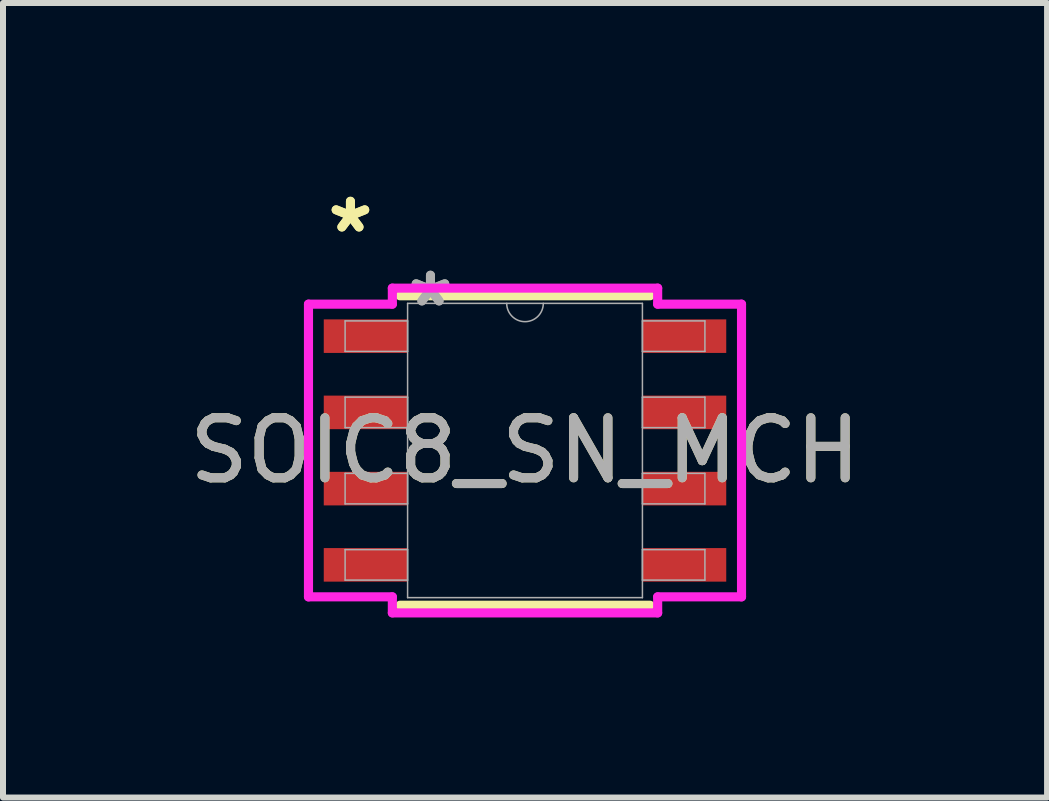
<source format=kicad_pcb>
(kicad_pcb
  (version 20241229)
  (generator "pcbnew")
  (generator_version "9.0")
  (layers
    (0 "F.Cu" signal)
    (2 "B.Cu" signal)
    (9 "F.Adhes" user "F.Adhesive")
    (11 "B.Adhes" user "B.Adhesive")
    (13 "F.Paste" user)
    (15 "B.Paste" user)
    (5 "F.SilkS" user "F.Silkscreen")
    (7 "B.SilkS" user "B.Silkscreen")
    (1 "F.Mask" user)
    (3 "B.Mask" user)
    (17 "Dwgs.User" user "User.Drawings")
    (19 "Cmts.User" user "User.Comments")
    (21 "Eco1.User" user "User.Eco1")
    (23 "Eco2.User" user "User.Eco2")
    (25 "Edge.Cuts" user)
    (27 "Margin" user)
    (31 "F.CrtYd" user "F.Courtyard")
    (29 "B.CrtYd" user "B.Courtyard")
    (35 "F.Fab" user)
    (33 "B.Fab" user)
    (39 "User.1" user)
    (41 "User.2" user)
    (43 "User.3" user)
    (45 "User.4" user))
  (footprint "SOIC8_SN_MCH"
    (layer "F.Cu")
    (at 5.696 4.455)
    (property "Reference" "SOIC8_SN_MCH" (at 0 0 0) (unlocked yes) (layer "F.SilkS") (effects (font (size 1 1) (thickness 0.15))))
    (attr smd)
    (fp_line (start -2.083 2.578) (end 2.083 2.578) (stroke (width 0.152) (type solid)) (layer "F.SilkS"))
    (fp_line (start 2.083 -2.578) (end -2.083 -2.578) (stroke (width 0.152) (type solid)) (layer "F.SilkS"))
    (fp_line (start -3.607 -2.438) (end -2.21 -2.438) (stroke (width 0.152) (type solid)) (layer "F.CrtYd"))
    (fp_line (start -3.607 2.438) (end -3.607 -2.438) (stroke (width 0.152) (type solid)) (layer "F.CrtYd"))
    (fp_line (start -3.607 2.438) (end -2.21 2.438) (stroke (width 0.152) (type solid)) (layer "F.CrtYd"))
    (fp_line (start -2.21 -2.705) (end 2.21 -2.705) (stroke (width 0.152) (type solid)) (layer "F.CrtYd"))
    (fp_line (start -2.21 -2.438) (end -2.21 -2.705) (stroke (width 0.152) (type solid)) (layer "F.CrtYd"))
    (fp_line (start -2.21 2.705) (end -2.21 2.438) (stroke (width 0.152) (type solid)) (layer "F.CrtYd"))
    (fp_line (start 2.21 -2.705) (end 2.21 -2.438) (stroke (width 0.152) (type solid)) (layer "F.CrtYd"))
    (fp_line (start 2.21 2.438) (end 2.21 2.705) (stroke (width 0.152) (type solid)) (layer "F.CrtYd"))
    (fp_line (start 2.21 2.705) (end -2.21 2.705) (stroke (width 0.152) (type solid)) (layer "F.CrtYd"))
    (fp_line (start 3.607 -2.438) (end 2.21 -2.438) (stroke (width 0.152) (type solid)) (layer "F.CrtYd"))
    (fp_line (start 3.607 -2.438) (end 3.607 2.438) (stroke (width 0.152) (type solid)) (layer "F.CrtYd"))
    (fp_line (start 3.607 2.438) (end 2.21 2.438) (stroke (width 0.152) (type solid)) (layer "F.CrtYd"))
    (fp_line (start -2.997 -2.159) (end -2.997 -1.651) (stroke (width 0.025) (type solid)) (layer "F.Fab"))
    (fp_line (start -2.997 -1.651) (end -1.956 -1.651) (stroke (width 0.025) (type solid)) (layer "F.Fab"))
    (fp_line (start -2.997 -0.889) (end -2.997 -0.381) (stroke (width 0.025) (type solid)) (layer "F.Fab"))
    (fp_line (start -2.997 -0.381) (end -1.956 -0.381) (stroke (width 0.025) (type solid)) (layer "F.Fab"))
    (fp_line (start -2.997 0.381) (end -2.997 0.889) (stroke (width 0.025) (type solid)) (layer "F.Fab"))
    (fp_line (start -2.997 0.889) (end -1.956 0.889) (stroke (width 0.025) (type solid)) (layer "F.Fab"))
    (fp_line (start -2.997 1.651) (end -2.997 2.159) (stroke (width 0.025) (type solid)) (layer "F.Fab"))
    (fp_line (start -2.997 2.159) (end -1.956 2.159) (stroke (width 0.025) (type solid)) (layer "F.Fab"))
    (fp_line (start -1.956 -2.451) (end -1.956 2.451) (stroke (width 0.025) (type solid)) (layer "F.Fab"))
    (fp_line (start -1.956 -2.159) (end -2.997 -2.159) (stroke (width 0.025) (type solid)) (layer "F.Fab"))
    (fp_line (start -1.956 -1.651) (end -1.956 -2.159) (stroke (width 0.025) (type solid)) (layer "F.Fab"))
    (fp_line (start -1.956 -0.889) (end -2.997 -0.889) (stroke (width 0.025) (type solid)) (layer "F.Fab"))
    (fp_line (start -1.956 -0.381) (end -1.956 -0.889) (stroke (width 0.025) (type solid)) (layer "F.Fab"))
    (fp_line (start -1.956 0.381) (end -2.997 0.381) (stroke (width 0.025) (type solid)) (layer "F.Fab"))
    (fp_line (start -1.956 0.889) (end -1.956 0.381) (stroke (width 0.025) (type solid)) (layer "F.Fab"))
    (fp_line (start -1.956 1.651) (end -2.997 1.651) (stroke (width 0.025) (type solid)) (layer "F.Fab"))
    (fp_line (start -1.956 2.159) (end -1.956 1.651) (stroke (width 0.025) (type solid)) (layer "F.Fab"))
    (fp_line (start -1.956 2.451) (end 1.956 2.451) (stroke (width 0.025) (type solid)) (layer "F.Fab"))
    (fp_line (start 1.956 -2.451) (end -1.956 -2.451) (stroke (width 0.025) (type solid)) (layer "F.Fab"))
    (fp_line (start 1.956 -2.159) (end 1.956 -1.651) (stroke (width 0.025) (type solid)) (layer "F.Fab"))
    (fp_line (start 1.956 -1.651) (end 2.997 -1.651) (stroke (width 0.025) (type solid)) (layer "F.Fab"))
    (fp_line (start 1.956 -0.889) (end 1.956 -0.381) (stroke (width 0.025) (type solid)) (layer "F.Fab"))
    (fp_line (start 1.956 -0.381) (end 2.997 -0.381) (stroke (width 0.025) (type solid)) (layer "F.Fab"))
    (fp_line (start 1.956 0.381) (end 1.956 0.889) (stroke (width 0.025) (type solid)) (layer "F.Fab"))
    (fp_line (start 1.956 0.889) (end 2.997 0.889) (stroke (width 0.025) (type solid)) (layer "F.Fab"))
    (fp_line (start 1.956 1.651) (end 1.956 2.159) (stroke (width 0.025) (type solid)) (layer "F.Fab"))
    (fp_line (start 1.956 2.159) (end 2.997 2.159) (stroke (width 0.025) (type solid)) (layer "F.Fab"))
    (fp_line (start 1.956 2.451) (end 1.956 -2.451) (stroke (width 0.025) (type solid)) (layer "F.Fab"))
    (fp_line (start 2.997 -2.159) (end 1.956 -2.159) (stroke (width 0.025) (type solid)) (layer "F.Fab"))
    (fp_line (start 2.997 -1.651) (end 2.997 -2.159) (stroke (width 0.025) (type solid)) (layer "F.Fab"))
    (fp_line (start 2.997 -0.889) (end 1.956 -0.889) (stroke (width 0.025) (type solid)) (layer "F.Fab"))
    (fp_line (start 2.997 -0.381) (end 2.997 -0.889) (stroke (width 0.025) (type solid)) (layer "F.Fab"))
    (fp_line (start 2.997 0.381) (end 1.956 0.381) (stroke (width 0.025) (type solid)) (layer "F.Fab"))
    (fp_line (start 2.997 0.889) (end 2.997 0.381) (stroke (width 0.025) (type solid)) (layer "F.Fab"))
    (fp_line (start 2.997 1.651) (end 1.956 1.651) (stroke (width 0.025) (type solid)) (layer "F.Fab"))
    (fp_line (start 2.997 2.159) (end 2.997 1.651) (stroke (width 0.025) (type solid)) (layer "F.Fab"))
    (fp_arc (start 0.3048 -2.4511) (mid 0 -2.1463) (end -0.3048 -2.4511) (stroke (width 0.0254) (type solid)) (layer "F.Fab"))
    (fp_text user "*" (at -2.908 -3.607 0) (unlocked yes) (layer "F.SilkS") (effects (font (size 1 1) (thickness 0.15))))
    (fp_text user "*" (at -2.908 -3.607 0) (layer "F.SilkS") (effects (font (size 1 1) (thickness 0.15))))
    (fp_text user "*" (at -1.575 -2.375 0) (unlocked yes) (layer "F.Fab") (effects (font (size 1 1) (thickness 0.15))))
    (fp_text user "*" (at -1.575 -2.375 0) (layer "F.Fab") (effects (font (size 1 1) (thickness 0.15))))
    (fp_text user "${REFERENCE}" (at 0 0 0) (unlocked yes) (layer "F.Fab") (effects (font (size 1 1) (thickness 0.15))))
    (pad "1" smd rect (at -2.654 -1.905) (size 1.397 0.559) (layers "F.Cu" "F.Mask" "F.Paste"))
    (pad "2" smd rect (at -2.654 -0.635) (size 1.397 0.559) (layers "F.Cu" "F.Mask" "F.Paste"))
    (pad "3" smd rect (at -2.654 0.635) (size 1.397 0.559) (layers "F.Cu" "F.Mask" "F.Paste"))
    (pad "4" smd rect (at -2.654 1.905) (size 1.397 0.559) (layers "F.Cu" "F.Mask" "F.Paste"))
    (pad "5" smd rect (at 2.654 1.905) (size 1.397 0.559) (layers "F.Cu" "F.Mask" "F.Paste"))
    (pad "6" smd rect (at 2.654 0.635) (size 1.397 0.559) (layers "F.Cu" "F.Mask" "F.Paste"))
    (pad "7" smd rect (at 2.654 -0.635) (size 1.397 0.559) (layers "F.Cu" "F.Mask" "F.Paste"))
    (pad "8" smd rect (at 2.654 -1.905) (size 1.397 0.559) (layers "F.Cu" "F.Mask" "F.Paste")))
  (gr_rect
    (start -3 -3)
    (end 14.393 10.236)
    (stroke (width 0.1) (type default))
    (fill no)
    (layer "Edge.Cuts")))
</source>
